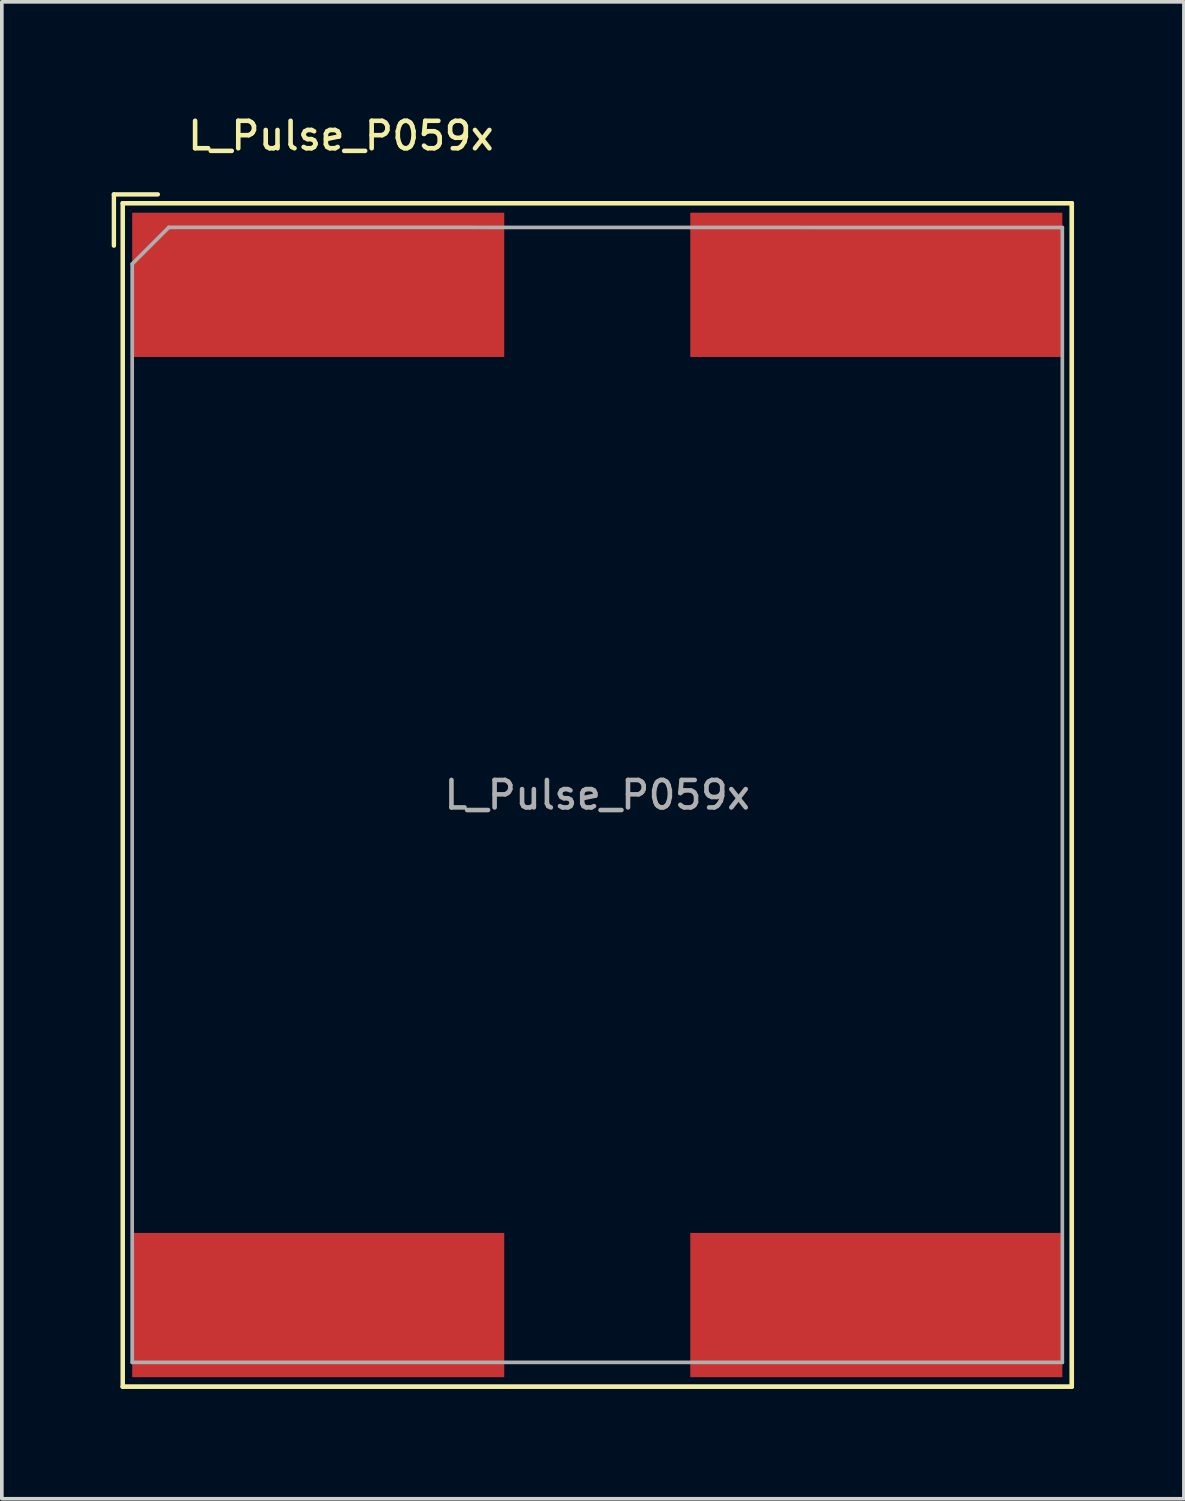
<source format=kicad_pcb>
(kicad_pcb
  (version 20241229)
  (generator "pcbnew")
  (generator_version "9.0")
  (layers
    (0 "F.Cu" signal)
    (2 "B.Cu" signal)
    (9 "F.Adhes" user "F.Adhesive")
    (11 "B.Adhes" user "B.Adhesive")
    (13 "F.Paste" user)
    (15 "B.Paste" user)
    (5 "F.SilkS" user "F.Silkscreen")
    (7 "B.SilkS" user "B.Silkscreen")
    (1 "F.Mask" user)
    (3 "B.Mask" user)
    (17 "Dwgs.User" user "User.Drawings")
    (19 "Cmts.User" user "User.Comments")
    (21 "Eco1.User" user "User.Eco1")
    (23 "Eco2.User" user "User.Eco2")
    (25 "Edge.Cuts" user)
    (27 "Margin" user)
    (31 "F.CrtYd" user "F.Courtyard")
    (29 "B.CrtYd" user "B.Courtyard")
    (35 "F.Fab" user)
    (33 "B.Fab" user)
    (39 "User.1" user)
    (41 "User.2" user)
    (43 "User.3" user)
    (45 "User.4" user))
  (footprint "L_Pulse_P059x"
    (layer "F.Cu")
    (at 13.26 18.658)
    (property "Reference" "L_Pulse_P059x" (at -7 -18 0) (unlocked yes) (layer "F.SilkS") (effects (font (size 0.75 0.75) (thickness 0.125))))
    (attr smd)
    (fp_line (start -13.2 -16.4) (end -12 -16.4) (stroke (width 0.12) (type solid)) (layer "F.SilkS"))
    (fp_line (start -13.2 -15) (end -13.2 -16.4) (stroke (width 0.12) (type solid)) (layer "F.SilkS"))
    (fp_line (start -12.96 -16.16) (end 12.96 -16.16) (stroke (width 0.12) (type solid)) (layer "F.SilkS"))
    (fp_line (start -12.96 16.16) (end -12.96 -16.16) (stroke (width 0.12) (type solid)) (layer "F.SilkS"))
    (fp_line (start 12.96 -16.16) (end 12.96 16.16) (stroke (width 0.12) (type solid)) (layer "F.SilkS"))
    (fp_line (start 12.96 16.16) (end -12.96 16.16) (stroke (width 0.12) (type solid)) (layer "F.SilkS"))
    (fp_rect (start -12.95 -16.15) (end 12.95 16.15) (stroke (width 0.1) (type solid)) (fill no) (layer "F.SilkS"))
    (fp_line (start -12.7 -14.5) (end -11.7 -15.5) (stroke (width 0.1) (type solid)) (layer "F.Fab"))
    (fp_line (start -12.7 15.495) (end -12.7 -14.5) (stroke (width 0.1) (type solid)) (layer "F.Fab"))
    (fp_line (start -11.7 -15.5) (end 12.7 -15.495) (stroke (width 0.1) (type solid)) (layer "F.Fab"))
    (fp_line (start 12.7 -15.495) (end 12.7 15.495) (stroke (width 0.1) (type solid)) (layer "F.Fab"))
    (fp_line (start 12.7 15.495) (end -12.7 15.495) (stroke (width 0.1) (type solid)) (layer "F.Fab"))
    (fp_text user "${REFERENCE}" (at 0 0 0) (unlocked yes) (layer "F.Fab") (effects (font (size 0.75 0.75) (thickness 0.125))))
    (pad "1" smd rect (at -7.62 -13.93) (size 10.16 3.94) (layers "F.Cu" "F.Mask" "F.Paste"))
    (pad "2" smd rect (at 7.62 -13.93) (size 10.16 3.94) (layers "F.Cu" "F.Mask" "F.Paste"))
    (pad "3" smd rect (at 7.62 13.93) (size 10.16 3.94) (layers "F.Cu" "F.Mask" "F.Paste"))
    (pad "4" smd rect (at -7.62 13.93) (size 10.16 3.94) (layers "F.Cu" "F.Mask" "F.Paste")))
  (gr_rect
    (start -3 -3)
    (end 29.28 37.878)
    (stroke (width 0.1) (type default))
    (fill no)
    (layer "Edge.Cuts")))
</source>
